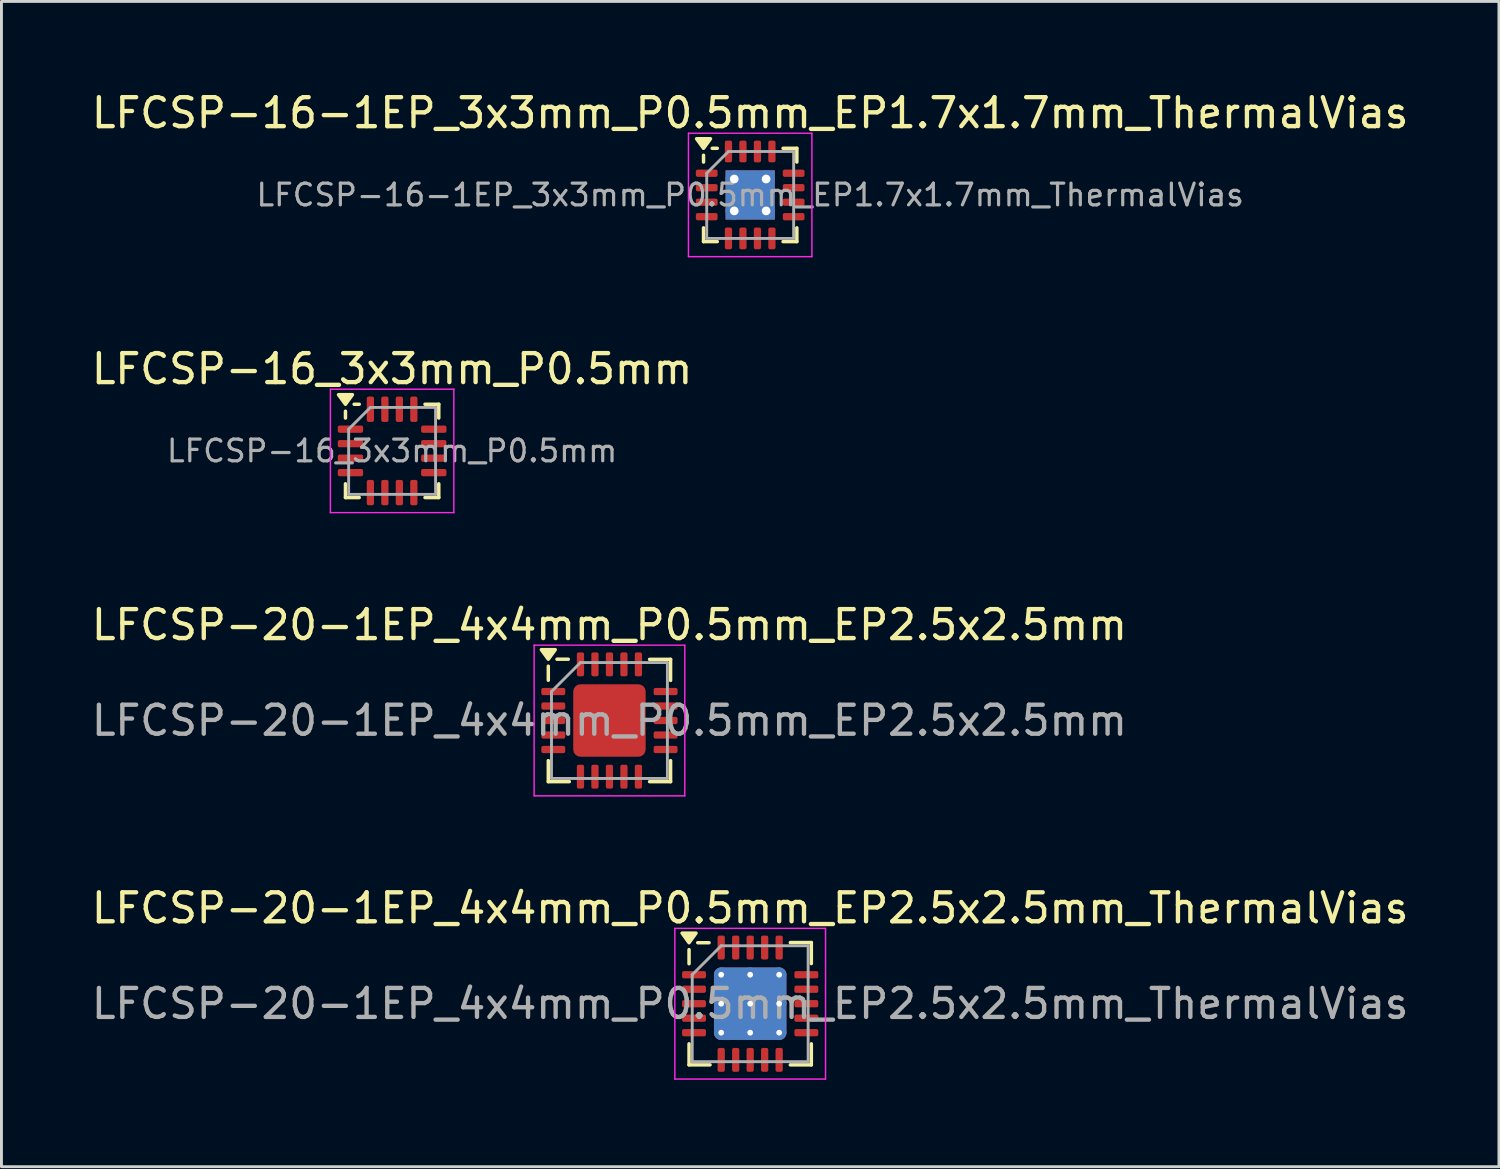
<source format=kicad_pcb>
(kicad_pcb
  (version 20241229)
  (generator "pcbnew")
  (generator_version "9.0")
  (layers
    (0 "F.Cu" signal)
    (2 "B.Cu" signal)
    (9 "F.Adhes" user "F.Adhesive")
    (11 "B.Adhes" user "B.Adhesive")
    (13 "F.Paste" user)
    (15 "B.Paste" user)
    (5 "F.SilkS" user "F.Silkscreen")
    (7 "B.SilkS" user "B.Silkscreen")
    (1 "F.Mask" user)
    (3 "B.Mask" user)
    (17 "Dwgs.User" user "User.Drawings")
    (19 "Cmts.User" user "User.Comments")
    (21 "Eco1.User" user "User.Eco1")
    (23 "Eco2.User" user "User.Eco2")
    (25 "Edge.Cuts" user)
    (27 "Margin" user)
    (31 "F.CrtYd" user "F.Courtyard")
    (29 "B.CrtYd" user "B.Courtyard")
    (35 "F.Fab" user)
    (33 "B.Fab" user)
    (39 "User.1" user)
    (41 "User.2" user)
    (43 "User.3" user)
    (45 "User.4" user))
  (footprint "LFCSP-20-1EP_4x4mm_P0.5mm_EP2.5x2.5mm_ThermalVias"
    (layer "F.Cu")
    (at 22.839 31.588)
    (property "Reference" "LFCSP-20-1EP_4x4mm_P0.5mm_EP2.5x2.5mm_ThermalVias" (at 0 -3.3 0) (layer "F.SilkS") (effects (font (size 1 1) (thickness 0.15))))
    (attr smd)
    (fp_line (start -2.11 -1.38) (end -2.11 -1.865) (stroke (width 0.12) (type solid)) (layer "F.SilkS"))
    (fp_line (start -2.11 2.11) (end -2.11 1.385) (stroke (width 0.12) (type solid)) (layer "F.SilkS"))
    (fp_line (start -1.42 -2.105) (end -1.81 -2.105) (stroke (width 0.12) (type solid)) (layer "F.SilkS"))
    (fp_line (start -1.385 2.11) (end -2.11 2.11) (stroke (width 0.12) (type solid)) (layer "F.SilkS"))
    (fp_line (start 1.385 -2.11) (end 2.11 -2.11) (stroke (width 0.12) (type solid)) (layer "F.SilkS"))
    (fp_line (start 1.385 2.11) (end 2.11 2.11) (stroke (width 0.12) (type solid)) (layer "F.SilkS"))
    (fp_line (start 2.11 -2.11) (end 2.11 -1.385) (stroke (width 0.12) (type solid)) (layer "F.SilkS"))
    (fp_line (start 2.11 2.11) (end 2.11 1.385) (stroke (width 0.12) (type solid)) (layer "F.SilkS"))
    (fp_poly (pts (xy -2.11 -2.105) (xy -2.35 -2.435) (xy -1.87 -2.435) (xy -2.11 -2.105)) (stroke (width 0.12) (type solid)) (fill yes) (layer "F.SilkS"))
    (fp_line (start -2.6 -2.6) (end -2.6 2.6) (stroke (width 0.05) (type solid)) (layer "F.CrtYd"))
    (fp_line (start -2.6 2.6) (end 2.6 2.6) (stroke (width 0.05) (type solid)) (layer "F.CrtYd"))
    (fp_line (start 2.6 -2.6) (end -2.6 -2.6) (stroke (width 0.05) (type solid)) (layer "F.CrtYd"))
    (fp_line (start 2.6 2.6) (end 2.6 -2.6) (stroke (width 0.05) (type solid)) (layer "F.CrtYd"))
    (fp_line (start -2 -1) (end -1 -2) (stroke (width 0.1) (type solid)) (layer "F.Fab"))
    (fp_line (start -2 2) (end -2 -1) (stroke (width 0.1) (type solid)) (layer "F.Fab"))
    (fp_line (start -1 -2) (end 2 -2) (stroke (width 0.1) (type solid)) (layer "F.Fab"))
    (fp_line (start 2 -2) (end 2 2) (stroke (width 0.1) (type solid)) (layer "F.Fab"))
    (fp_line (start 2 2) (end -2 2) (stroke (width 0.1) (type solid)) (layer "F.Fab"))
    (fp_text user "${REFERENCE}" (at 0 0 0) (layer "F.Fab") (effects (font (size 1 1) (thickness 0.15))))
    (pad "" smd roundrect (at -0.625 -0.625) (size 1.08 1.08) (layers "F.Paste") (roundrect_rratio 0.231))
    (pad "" smd roundrect (at -0.625 0.625) (size 1.08 1.08) (layers "F.Paste") (roundrect_rratio 0.231))
    (pad "" smd roundrect (at 0.625 -0.625) (size 1.08 1.08) (layers "F.Paste") (roundrect_rratio 0.231))
    (pad "" smd roundrect (at 0.625 0.625) (size 1.08 1.08) (layers "F.Paste") (roundrect_rratio 0.231))
    (pad "1" smd roundrect (at -1.938 -1) (size 0.825 0.25) (layers "F.Cu" "F.Mask" "F.Paste") (roundrect_rratio 0.25))
    (pad "2" smd roundrect (at -1.938 -0.5) (size 0.825 0.25) (layers "F.Cu" "F.Mask" "F.Paste") (roundrect_rratio 0.25))
    (pad "3" smd roundrect (at -1.938 0) (size 0.825 0.25) (layers "F.Cu" "F.Mask" "F.Paste") (roundrect_rratio 0.25))
    (pad "4" smd roundrect (at -1.938 0.5) (size 0.825 0.25) (layers "F.Cu" "F.Mask" "F.Paste") (roundrect_rratio 0.25))
    (pad "5" smd roundrect (at -1.938 1) (size 0.825 0.25) (layers "F.Cu" "F.Mask" "F.Paste") (roundrect_rratio 0.25))
    (pad "6" smd roundrect (at -1 1.938) (size 0.25 0.825) (layers "F.Cu" "F.Mask" "F.Paste") (roundrect_rratio 0.25))
    (pad "7" smd roundrect (at -0.5 1.938) (size 0.25 0.825) (layers "F.Cu" "F.Mask" "F.Paste") (roundrect_rratio 0.25))
    (pad "8" smd roundrect (at 0 1.938) (size 0.25 0.825) (layers "F.Cu" "F.Mask" "F.Paste") (roundrect_rratio 0.25))
    (pad "9" smd roundrect (at 0.5 1.938) (size 0.25 0.825) (layers "F.Cu" "F.Mask" "F.Paste") (roundrect_rratio 0.25))
    (pad "10" smd roundrect (at 1 1.938) (size 0.25 0.825) (layers "F.Cu" "F.Mask" "F.Paste") (roundrect_rratio 0.25))
    (pad "11" smd roundrect (at 1.938 1) (size 0.825 0.25) (layers "F.Cu" "F.Mask" "F.Paste") (roundrect_rratio 0.25))
    (pad "12" smd roundrect (at 1.938 0.5) (size 0.825 0.25) (layers "F.Cu" "F.Mask" "F.Paste") (roundrect_rratio 0.25))
    (pad "13" smd roundrect (at 1.938 0) (size 0.825 0.25) (layers "F.Cu" "F.Mask" "F.Paste") (roundrect_rratio 0.25))
    (pad "14" smd roundrect (at 1.938 -0.5) (size 0.825 0.25) (layers "F.Cu" "F.Mask" "F.Paste") (roundrect_rratio 0.25))
    (pad "15" smd roundrect (at 1.938 -1) (size 0.825 0.25) (layers "F.Cu" "F.Mask" "F.Paste") (roundrect_rratio 0.25))
    (pad "16" smd roundrect (at 1 -1.938) (size 0.25 0.825) (layers "F.Cu" "F.Mask" "F.Paste") (roundrect_rratio 0.25))
    (pad "17" smd roundrect (at 0.5 -1.938) (size 0.25 0.825) (layers "F.Cu" "F.Mask" "F.Paste") (roundrect_rratio 0.25))
    (pad "18" smd roundrect (at 0 -1.938) (size 0.25 0.825) (layers "F.Cu" "F.Mask" "F.Paste") (roundrect_rratio 0.25))
    (pad "19" smd roundrect (at -0.5 -1.938) (size 0.25 0.825) (layers "F.Cu" "F.Mask" "F.Paste") (roundrect_rratio 0.25))
    (pad "20" smd roundrect (at -1 -1.938) (size 0.25 0.825) (layers "F.Cu" "F.Mask" "F.Paste") (roundrect_rratio 0.25))
    (pad "21" thru_hole circle (at -1 -1) (size 0.5 0.5) (drill 0.2) (layers "*.Cu"))
    (pad "21" thru_hole circle (at -1 0) (size 0.5 0.5) (drill 0.2) (layers "*.Cu"))
    (pad "21" thru_hole circle (at -1 1) (size 0.5 0.5) (drill 0.2) (layers "*.Cu"))
    (pad "21" thru_hole circle (at 0 -1) (size 0.5 0.5) (drill 0.2) (layers "*.Cu"))
    (pad "21" thru_hole circle (at 0 0) (size 0.5 0.5) (drill 0.2) (layers "*.Cu"))
    (pad "21" smd roundrect (at 0 0) (size 2.5 2.5) (layers "F.Cu" "F.Mask") (roundrect_rratio 0.1))
    (pad "21" smd roundrect (at 0 0) (size 2.5 2.5) (layers "B.Cu") (roundrect_rratio 0.1))
    (pad "21" thru_hole circle (at 0 1) (size 0.5 0.5) (drill 0.2) (layers "*.Cu"))
    (pad "21" thru_hole circle (at 1 -1) (size 0.5 0.5) (drill 0.2) (layers "*.Cu"))
    (pad "21" thru_hole circle (at 1 0) (size 0.5 0.5) (drill 0.2) (layers "*.Cu"))
    (pad "21" thru_hole circle (at 1 1) (size 0.5 0.5) (drill 0.2) (layers "*.Cu")))
  (footprint "LFCSP-20-1EP_4x4mm_P0.5mm_EP2.5x2.5mm"
    (layer "F.Cu")
    (at 17.982 21.815)
    (property "Reference" "LFCSP-20-1EP_4x4mm_P0.5mm_EP2.5x2.5mm" (at 0 -3.3 0) (layer "F.SilkS") (effects (font (size 1 1) (thickness 0.15))))
    (attr smd)
    (fp_line (start -2.11 -1.39) (end -2.11 -1.875) (stroke (width 0.12) (type solid)) (layer "F.SilkS"))
    (fp_line (start -2.11 2.11) (end -2.11 1.385) (stroke (width 0.12) (type solid)) (layer "F.SilkS"))
    (fp_line (start -1.42 -2.115) (end -1.81 -2.115) (stroke (width 0.12) (type solid)) (layer "F.SilkS"))
    (fp_line (start -1.385 2.11) (end -2.11 2.11) (stroke (width 0.12) (type solid)) (layer "F.SilkS"))
    (fp_line (start 1.385 -2.11) (end 2.11 -2.11) (stroke (width 0.12) (type solid)) (layer "F.SilkS"))
    (fp_line (start 1.385 2.11) (end 2.11 2.11) (stroke (width 0.12) (type solid)) (layer "F.SilkS"))
    (fp_line (start 2.11 -2.11) (end 2.11 -1.385) (stroke (width 0.12) (type solid)) (layer "F.SilkS"))
    (fp_line (start 2.11 2.11) (end 2.11 1.385) (stroke (width 0.12) (type solid)) (layer "F.SilkS"))
    (fp_poly (pts (xy -2.11 -2.115) (xy -2.35 -2.445) (xy -1.87 -2.445) (xy -2.11 -2.115)) (stroke (width 0.12) (type solid)) (fill yes) (layer "F.SilkS"))
    (fp_line (start -2.6 -2.6) (end -2.6 2.6) (stroke (width 0.05) (type solid)) (layer "F.CrtYd"))
    (fp_line (start -2.6 2.6) (end 2.6 2.6) (stroke (width 0.05) (type solid)) (layer "F.CrtYd"))
    (fp_line (start 2.6 -2.6) (end -2.6 -2.6) (stroke (width 0.05) (type solid)) (layer "F.CrtYd"))
    (fp_line (start 2.6 2.6) (end 2.6 -2.6) (stroke (width 0.05) (type solid)) (layer "F.CrtYd"))
    (fp_line (start -2 -1) (end -1 -2) (stroke (width 0.1) (type solid)) (layer "F.Fab"))
    (fp_line (start -2 2) (end -2 -1) (stroke (width 0.1) (type solid)) (layer "F.Fab"))
    (fp_line (start -1 -2) (end 2 -2) (stroke (width 0.1) (type solid)) (layer "F.Fab"))
    (fp_line (start 2 -2) (end 2 2) (stroke (width 0.1) (type solid)) (layer "F.Fab"))
    (fp_line (start 2 2) (end -2 2) (stroke (width 0.1) (type solid)) (layer "F.Fab"))
    (fp_text user "${REFERENCE}" (at 0 0 0) (layer "F.Fab") (effects (font (size 1 1) (thickness 0.15))))
    (pad "" smd roundrect (at -0.625 -0.625) (size 1.01 1.01) (layers "F.Paste") (roundrect_rratio 0.248))
    (pad "" smd roundrect (at -0.625 0.625) (size 1.01 1.01) (layers "F.Paste") (roundrect_rratio 0.248))
    (pad "" smd roundrect (at 0.625 -0.625) (size 1.01 1.01) (layers "F.Paste") (roundrect_rratio 0.248))
    (pad "" smd roundrect (at 0.625 0.625) (size 1.01 1.01) (layers "F.Paste") (roundrect_rratio 0.248))
    (pad "1" smd roundrect (at -1.938 -1) (size 0.825 0.25) (layers "F.Cu" "F.Mask" "F.Paste") (roundrect_rratio 0.25))
    (pad "2" smd roundrect (at -1.938 -0.5) (size 0.825 0.25) (layers "F.Cu" "F.Mask" "F.Paste") (roundrect_rratio 0.25))
    (pad "3" smd roundrect (at -1.938 0) (size 0.825 0.25) (layers "F.Cu" "F.Mask" "F.Paste") (roundrect_rratio 0.25))
    (pad "4" smd roundrect (at -1.938 0.5) (size 0.825 0.25) (layers "F.Cu" "F.Mask" "F.Paste") (roundrect_rratio 0.25))
    (pad "5" smd roundrect (at -1.938 1) (size 0.825 0.25) (layers "F.Cu" "F.Mask" "F.Paste") (roundrect_rratio 0.25))
    (pad "6" smd roundrect (at -1 1.938) (size 0.25 0.825) (layers "F.Cu" "F.Mask" "F.Paste") (roundrect_rratio 0.25))
    (pad "7" smd roundrect (at -0.5 1.938) (size 0.25 0.825) (layers "F.Cu" "F.Mask" "F.Paste") (roundrect_rratio 0.25))
    (pad "8" smd roundrect (at 0 1.938) (size 0.25 0.825) (layers "F.Cu" "F.Mask" "F.Paste") (roundrect_rratio 0.25))
    (pad "9" smd roundrect (at 0.5 1.938) (size 0.25 0.825) (layers "F.Cu" "F.Mask" "F.Paste") (roundrect_rratio 0.25))
    (pad "10" smd roundrect (at 1 1.938) (size 0.25 0.825) (layers "F.Cu" "F.Mask" "F.Paste") (roundrect_rratio 0.25))
    (pad "11" smd roundrect (at 1.938 1) (size 0.825 0.25) (layers "F.Cu" "F.Mask" "F.Paste") (roundrect_rratio 0.25))
    (pad "12" smd roundrect (at 1.938 0.5) (size 0.825 0.25) (layers "F.Cu" "F.Mask" "F.Paste") (roundrect_rratio 0.25))
    (pad "13" smd roundrect (at 1.938 0) (size 0.825 0.25) (layers "F.Cu" "F.Mask" "F.Paste") (roundrect_rratio 0.25))
    (pad "14" smd roundrect (at 1.938 -0.5) (size 0.825 0.25) (layers "F.Cu" "F.Mask" "F.Paste") (roundrect_rratio 0.25))
    (pad "15" smd roundrect (at 1.938 -1) (size 0.825 0.25) (layers "F.Cu" "F.Mask" "F.Paste") (roundrect_rratio 0.25))
    (pad "16" smd roundrect (at 1 -1.938) (size 0.25 0.825) (layers "F.Cu" "F.Mask" "F.Paste") (roundrect_rratio 0.25))
    (pad "17" smd roundrect (at 0.5 -1.938) (size 0.25 0.825) (layers "F.Cu" "F.Mask" "F.Paste") (roundrect_rratio 0.25))
    (pad "18" smd roundrect (at 0 -1.938) (size 0.25 0.825) (layers "F.Cu" "F.Mask" "F.Paste") (roundrect_rratio 0.25))
    (pad "19" smd roundrect (at -0.5 -1.938) (size 0.25 0.825) (layers "F.Cu" "F.Mask" "F.Paste") (roundrect_rratio 0.25))
    (pad "20" smd roundrect (at -1 -1.938) (size 0.25 0.825) (layers "F.Cu" "F.Mask" "F.Paste") (roundrect_rratio 0.25))
    (pad "21" smd roundrect (at 0 0) (size 2.5 2.5) (layers "F.Cu" "F.Mask") (roundrect_rratio 0.1)))
  (footprint "LFCSP-16-1EP_3x3mm_P0.5mm_EP1.7x1.7mm_ThermalVias"
    (layer "F.Cu")
    (at 22.839 3.678)
    (property "Reference" "LFCSP-16-1EP_3x3mm_P0.5mm_EP1.7x1.7mm_ThermalVias" (at 0 -2.83 0) (layer "F.SilkS") (effects (font (size 1 1) (thickness 0.15))))
    (attr smd)
    (fp_line (start -1.61 -1.135) (end -1.61 -1.37) (stroke (width 0.12) (type solid)) (layer "F.SilkS"))
    (fp_line (start -1.61 1.61) (end -1.61 1.135) (stroke (width 0.12) (type solid)) (layer "F.SilkS"))
    (fp_line (start -1.135 -1.61) (end -1.31 -1.61) (stroke (width 0.12) (type solid)) (layer "F.SilkS"))
    (fp_line (start -1.135 1.61) (end -1.61 1.61) (stroke (width 0.12) (type solid)) (layer "F.SilkS"))
    (fp_line (start 1.135 -1.61) (end 1.61 -1.61) (stroke (width 0.12) (type solid)) (layer "F.SilkS"))
    (fp_line (start 1.135 1.61) (end 1.61 1.61) (stroke (width 0.12) (type solid)) (layer "F.SilkS"))
    (fp_line (start 1.61 -1.61) (end 1.61 -1.135) (stroke (width 0.12) (type solid)) (layer "F.SilkS"))
    (fp_line (start 1.61 1.61) (end 1.61 1.135) (stroke (width 0.12) (type solid)) (layer "F.SilkS"))
    (fp_poly (pts (xy -1.61 -1.61) (xy -1.85 -1.94) (xy -1.37 -1.94) (xy -1.61 -1.61)) (stroke (width 0.12) (type solid)) (fill yes) (layer "F.SilkS"))
    (fp_line (start -2.13 -2.13) (end -2.13 2.13) (stroke (width 0.05) (type solid)) (layer "F.CrtYd"))
    (fp_line (start -2.13 2.13) (end 2.13 2.13) (stroke (width 0.05) (type solid)) (layer "F.CrtYd"))
    (fp_line (start 2.13 -2.13) (end -2.13 -2.13) (stroke (width 0.05) (type solid)) (layer "F.CrtYd"))
    (fp_line (start 2.13 2.13) (end 2.13 -2.13) (stroke (width 0.05) (type solid)) (layer "F.CrtYd"))
    (fp_line (start -1.5 -0.75) (end -0.75 -1.5) (stroke (width 0.1) (type solid)) (layer "F.Fab"))
    (fp_line (start -1.5 1.5) (end -1.5 -0.75) (stroke (width 0.1) (type solid)) (layer "F.Fab"))
    (fp_line (start -0.75 -1.5) (end 1.5 -1.5) (stroke (width 0.1) (type solid)) (layer "F.Fab"))
    (fp_line (start 1.5 -1.5) (end 1.5 1.5) (stroke (width 0.1) (type solid)) (layer "F.Fab"))
    (fp_line (start 1.5 1.5) (end -1.5 1.5) (stroke (width 0.1) (type solid)) (layer "F.Fab"))
    (fp_text user "${REFERENCE}" (at 0 0 0) (layer "F.Fab") (effects (font (size 0.75 0.75) (thickness 0.11))))
    (pad "" smd roundrect (at -0.425 -0.425) (size 0.74 0.74) (layers "F.Paste") (roundrect_rratio 0.25))
    (pad "" smd roundrect (at -0.425 0.425) (size 0.74 0.74) (layers "F.Paste") (roundrect_rratio 0.25))
    (pad "" smd roundrect (at 0.425 -0.425) (size 0.74 0.74) (layers "F.Paste") (roundrect_rratio 0.25))
    (pad "" smd roundrect (at 0.425 0.425) (size 0.74 0.74) (layers "F.Paste") (roundrect_rratio 0.25))
    (pad "1" smd roundrect (at -1.5 -0.75) (size 0.75 0.25) (layers "F.Cu" "F.Mask" "F.Paste") (roundrect_rratio 0.25))
    (pad "2" smd roundrect (at -1.5 -0.25) (size 0.75 0.25) (layers "F.Cu" "F.Mask" "F.Paste") (roundrect_rratio 0.25))
    (pad "3" smd roundrect (at -1.5 0.25) (size 0.75 0.25) (layers "F.Cu" "F.Mask" "F.Paste") (roundrect_rratio 0.25))
    (pad "4" smd roundrect (at -1.5 0.75) (size 0.75 0.25) (layers "F.Cu" "F.Mask" "F.Paste") (roundrect_rratio 0.25))
    (pad "5" smd roundrect (at -0.75 1.5) (size 0.25 0.75) (layers "F.Cu" "F.Mask" "F.Paste") (roundrect_rratio 0.25))
    (pad "6" smd roundrect (at -0.25 1.5) (size 0.25 0.75) (layers "F.Cu" "F.Mask" "F.Paste") (roundrect_rratio 0.25))
    (pad "7" smd roundrect (at 0.25 1.5) (size 0.25 0.75) (layers "F.Cu" "F.Mask" "F.Paste") (roundrect_rratio 0.25))
    (pad "8" smd roundrect (at 0.75 1.5) (size 0.25 0.75) (layers "F.Cu" "F.Mask" "F.Paste") (roundrect_rratio 0.25))
    (pad "9" smd roundrect (at 1.5 0.75) (size 0.75 0.25) (layers "F.Cu" "F.Mask" "F.Paste") (roundrect_rratio 0.25))
    (pad "10" smd roundrect (at 1.5 0.25) (size 0.75 0.25) (layers "F.Cu" "F.Mask" "F.Paste") (roundrect_rratio 0.25))
    (pad "11" smd roundrect (at 1.5 -0.25) (size 0.75 0.25) (layers "F.Cu" "F.Mask" "F.Paste") (roundrect_rratio 0.25))
    (pad "12" smd roundrect (at 1.5 -0.75) (size 0.75 0.25) (layers "F.Cu" "F.Mask" "F.Paste") (roundrect_rratio 0.25))
    (pad "13" smd roundrect (at 0.75 -1.5) (size 0.25 0.75) (layers "F.Cu" "F.Mask" "F.Paste") (roundrect_rratio 0.25))
    (pad "14" smd roundrect (at 0.25 -1.5) (size 0.25 0.75) (layers "F.Cu" "F.Mask" "F.Paste") (roundrect_rratio 0.25))
    (pad "15" smd roundrect (at -0.25 -1.5) (size 0.25 0.75) (layers "F.Cu" "F.Mask" "F.Paste") (roundrect_rratio 0.25))
    (pad "16" smd roundrect (at -0.75 -1.5) (size 0.25 0.75) (layers "F.Cu" "F.Mask" "F.Paste") (roundrect_rratio 0.25))
    (pad "17" thru_hole circle (at -0.55 -0.55) (size 0.6 0.6) (drill 0.3) (property pad_prop_heatsink) (layers "*.Cu"))
    (pad "17" thru_hole circle (at -0.55 0.55) (size 0.6 0.6) (drill 0.3) (property pad_prop_heatsink) (layers "*.Cu"))
    (pad "17" smd rect (at 0 0) (size 1.7 1.7) (property pad_prop_heatsink) (layers "F.Cu" "F.Mask"))
    (pad "17" smd rect (at 0 0) (size 1.7 1.7) (property pad_prop_heatsink) (layers "B.Cu"))
    (pad "17" thru_hole circle (at 0.55 -0.55) (size 0.6 0.6) (drill 0.3) (property pad_prop_heatsink) (layers "*.Cu"))
    (pad "17" thru_hole circle (at 0.55 0.55) (size 0.6 0.6) (drill 0.3) (property pad_prop_heatsink) (layers "*.Cu")))
  (footprint "LFCSP-16_3x3mm_P0.5mm"
    (layer "F.Cu")
    (at 10.482 12.511)
    (property "Reference" "LFCSP-16_3x3mm_P0.5mm" (at 0 -2.83 0) (layer "F.SilkS") (effects (font (size 1 1) (thickness 0.15))))
    (attr smd)
    (fp_line (start -1.61 -1.135) (end -1.61 -1.37) (stroke (width 0.12) (type solid)) (layer "F.SilkS"))
    (fp_line (start -1.61 1.61) (end -1.61 1.135) (stroke (width 0.12) (type solid)) (layer "F.SilkS"))
    (fp_line (start -1.135 -1.61) (end -1.31 -1.61) (stroke (width 0.12) (type solid)) (layer "F.SilkS"))
    (fp_line (start -1.135 1.61) (end -1.61 1.61) (stroke (width 0.12) (type solid)) (layer "F.SilkS"))
    (fp_line (start 1.135 -1.61) (end 1.61 -1.61) (stroke (width 0.12) (type solid)) (layer "F.SilkS"))
    (fp_line (start 1.135 1.61) (end 1.61 1.61) (stroke (width 0.12) (type solid)) (layer "F.SilkS"))
    (fp_line (start 1.61 -1.61) (end 1.61 -1.135) (stroke (width 0.12) (type solid)) (layer "F.SilkS"))
    (fp_line (start 1.61 1.61) (end 1.61 1.135) (stroke (width 0.12) (type solid)) (layer "F.SilkS"))
    (fp_poly (pts (xy -1.61 -1.61) (xy -1.85 -1.94) (xy -1.37 -1.94) (xy -1.61 -1.61)) (stroke (width 0.12) (type solid)) (fill yes) (layer "F.SilkS"))
    (fp_line (start -2.13 -2.13) (end -2.13 2.13) (stroke (width 0.05) (type solid)) (layer "F.CrtYd"))
    (fp_line (start -2.13 2.13) (end 2.13 2.13) (stroke (width 0.05) (type solid)) (layer "F.CrtYd"))
    (fp_line (start 2.13 -2.13) (end -2.13 -2.13) (stroke (width 0.05) (type solid)) (layer "F.CrtYd"))
    (fp_line (start 2.13 2.13) (end 2.13 -2.13) (stroke (width 0.05) (type solid)) (layer "F.CrtYd"))
    (fp_line (start -1.5 -0.75) (end -0.75 -1.5) (stroke (width 0.1) (type solid)) (layer "F.Fab"))
    (fp_line (start -1.5 1.5) (end -1.5 -0.75) (stroke (width 0.1) (type solid)) (layer "F.Fab"))
    (fp_line (start -0.75 -1.5) (end 1.5 -1.5) (stroke (width 0.1) (type solid)) (layer "F.Fab"))
    (fp_line (start 1.5 -1.5) (end 1.5 1.5) (stroke (width 0.1) (type solid)) (layer "F.Fab"))
    (fp_line (start 1.5 1.5) (end -1.5 1.5) (stroke (width 0.1) (type solid)) (layer "F.Fab"))
    (fp_text user "${REFERENCE}" (at 0 0 0) (layer "F.Fab") (effects (font (size 0.75 0.75) (thickness 0.11))))
    (pad "1" smd roundrect (at -1.438 -0.75) (size 0.875 0.25) (layers "F.Cu" "F.Mask" "F.Paste") (roundrect_rratio 0.25))
    (pad "2" smd roundrect (at -1.438 -0.25) (size 0.875 0.25) (layers "F.Cu" "F.Mask" "F.Paste") (roundrect_rratio 0.25))
    (pad "3" smd roundrect (at -1.438 0.25) (size 0.875 0.25) (layers "F.Cu" "F.Mask" "F.Paste") (roundrect_rratio 0.25))
    (pad "4" smd roundrect (at -1.438 0.75) (size 0.875 0.25) (layers "F.Cu" "F.Mask" "F.Paste") (roundrect_rratio 0.25))
    (pad "5" smd roundrect (at -0.75 1.438) (size 0.25 0.875) (layers "F.Cu" "F.Mask" "F.Paste") (roundrect_rratio 0.25))
    (pad "6" smd roundrect (at -0.25 1.438) (size 0.25 0.875) (layers "F.Cu" "F.Mask" "F.Paste") (roundrect_rratio 0.25))
    (pad "7" smd roundrect (at 0.25 1.438) (size 0.25 0.875) (layers "F.Cu" "F.Mask" "F.Paste") (roundrect_rratio 0.25))
    (pad "8" smd roundrect (at 0.75 1.438) (size 0.25 0.875) (layers "F.Cu" "F.Mask" "F.Paste") (roundrect_rratio 0.25))
    (pad "9" smd roundrect (at 1.438 0.75) (size 0.875 0.25) (layers "F.Cu" "F.Mask" "F.Paste") (roundrect_rratio 0.25))
    (pad "10" smd roundrect (at 1.438 0.25) (size 0.875 0.25) (layers "F.Cu" "F.Mask" "F.Paste") (roundrect_rratio 0.25))
    (pad "11" smd roundrect (at 1.438 -0.25) (size 0.875 0.25) (layers "F.Cu" "F.Mask" "F.Paste") (roundrect_rratio 0.25))
    (pad "12" smd roundrect (at 1.438 -0.75) (size 0.875 0.25) (layers "F.Cu" "F.Mask" "F.Paste") (roundrect_rratio 0.25))
    (pad "13" smd roundrect (at 0.75 -1.438) (size 0.25 0.875) (layers "F.Cu" "F.Mask" "F.Paste") (roundrect_rratio 0.25))
    (pad "14" smd roundrect (at 0.25 -1.438) (size 0.25 0.875) (layers "F.Cu" "F.Mask" "F.Paste") (roundrect_rratio 0.25))
    (pad "15" smd roundrect (at -0.25 -1.438) (size 0.25 0.875) (layers "F.Cu" "F.Mask" "F.Paste") (roundrect_rratio 0.25))
    (pad "16" smd roundrect (at -0.75 -1.438) (size 0.25 0.875) (layers "F.Cu" "F.Mask" "F.Paste") (roundrect_rratio 0.25)))
  (gr_rect
    (start -3 -3)
    (end 48.679 37.213)
    (stroke (width 0.1) (type default))
    (fill no)
    (layer "Edge.Cuts")))
</source>
